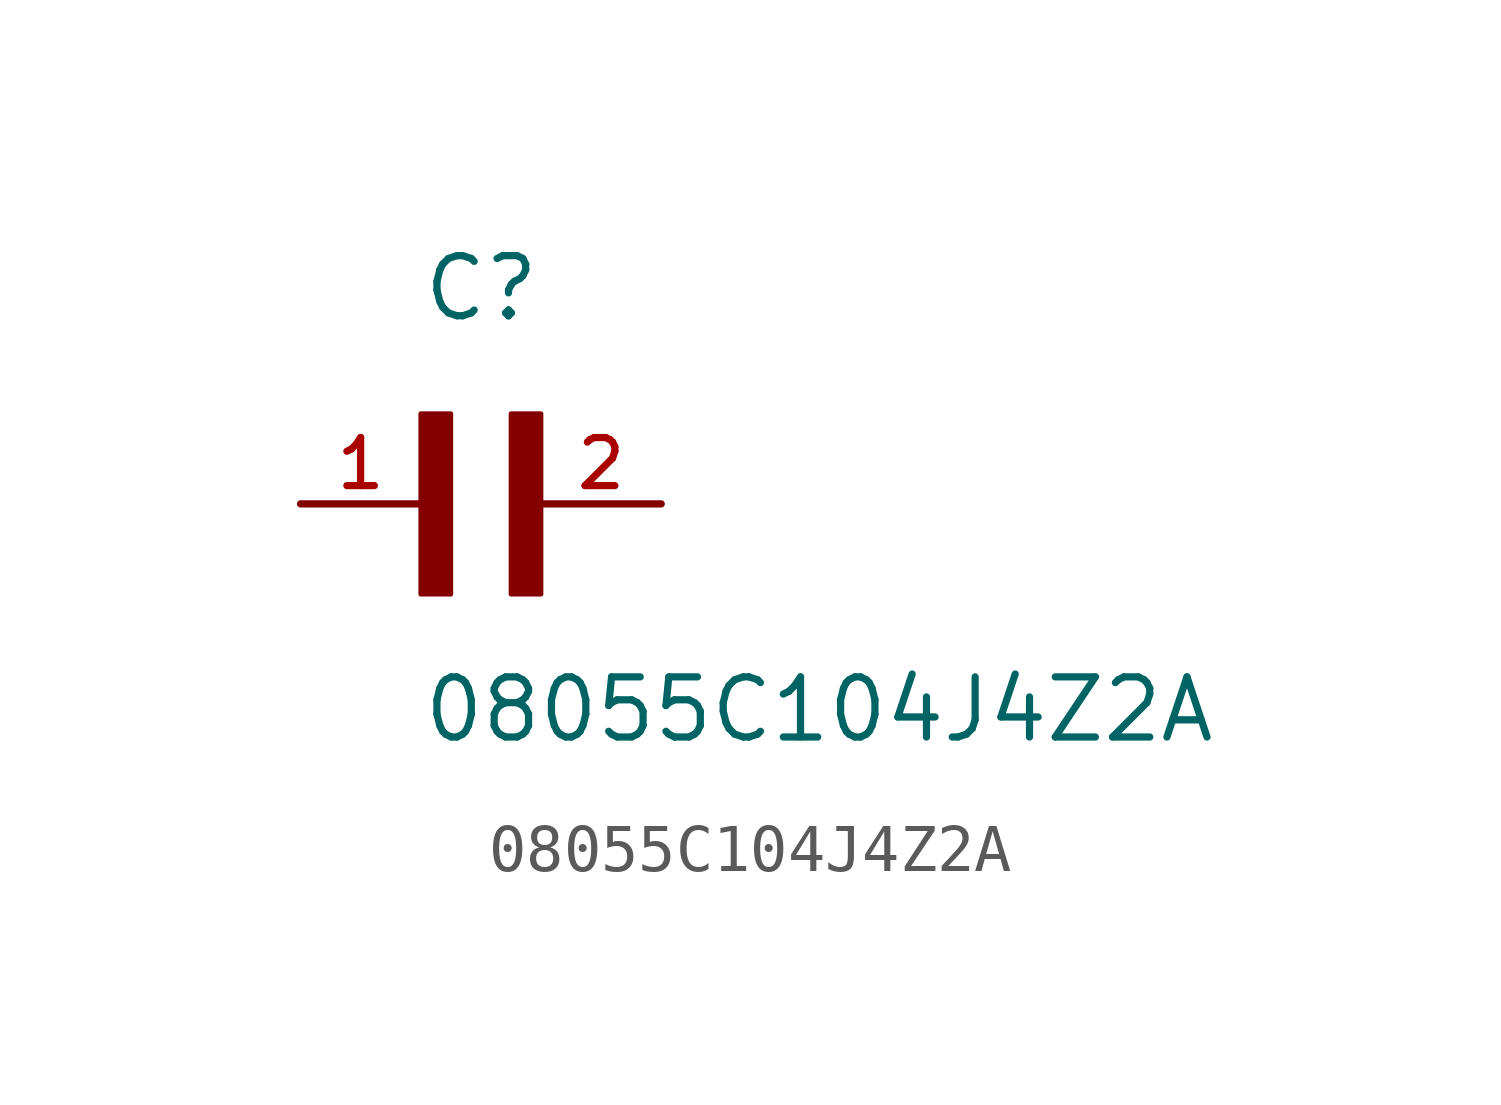
<source format=kicad_sym>
(kicad_symbol_lib
  (version 20211014)
  (generator kicad_symbol_editor)
  (symbol "08055C104J4Z2A"
    (pin_names
      (offset 1.016))
    (property "Reference" "C"
      (at 0.0 3.811 0)
      (effects (font (size 1.27 1.27)) (justify bottom left)))
    (property "Value" "08055C104J4Z2A"
      (at 0.0 -5.088 0)
      (effects (font (size 1.27 1.27)) (justify bottom left)))
    (symbol "08055C104J4Z2A_0_0"
      (rectangle (start 0.0 -1.907) (end 0.635 1.905) (stroke (width 0.1)) (fill (type outline)))
      (rectangle (start 1.907 -1.907) (end 2.54 1.905) (stroke (width 0.1)) (fill (type outline)))
      (pin passive line (at 5.08 0.0 180.0) (length 2.54) (name "~" (effects (font (size 1.016 1.016)))) (number "2" (effects (font (size 1.016 1.016)))))
      (pin passive line (at -2.54 0.0 0) (length 2.54) (name "~" (effects (font (size 1.016 1.016)))) (number "1" (effects (font (size 1.016 1.016))))))))
</source>
